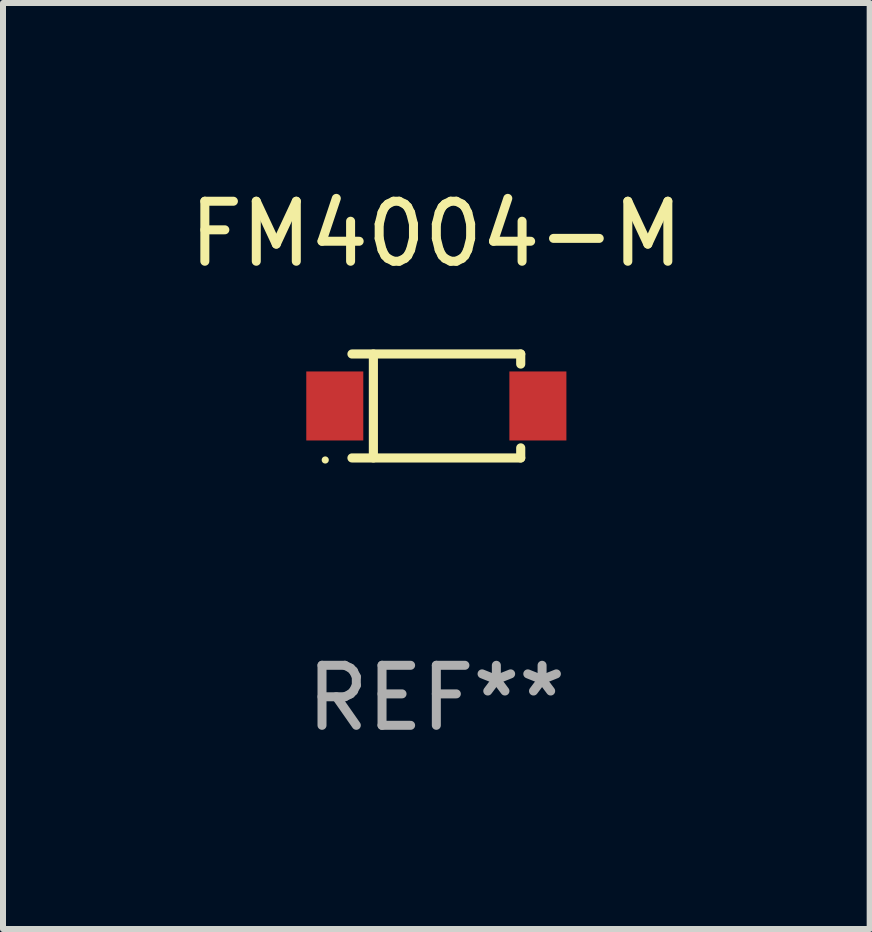
<source format=kicad_pcb>
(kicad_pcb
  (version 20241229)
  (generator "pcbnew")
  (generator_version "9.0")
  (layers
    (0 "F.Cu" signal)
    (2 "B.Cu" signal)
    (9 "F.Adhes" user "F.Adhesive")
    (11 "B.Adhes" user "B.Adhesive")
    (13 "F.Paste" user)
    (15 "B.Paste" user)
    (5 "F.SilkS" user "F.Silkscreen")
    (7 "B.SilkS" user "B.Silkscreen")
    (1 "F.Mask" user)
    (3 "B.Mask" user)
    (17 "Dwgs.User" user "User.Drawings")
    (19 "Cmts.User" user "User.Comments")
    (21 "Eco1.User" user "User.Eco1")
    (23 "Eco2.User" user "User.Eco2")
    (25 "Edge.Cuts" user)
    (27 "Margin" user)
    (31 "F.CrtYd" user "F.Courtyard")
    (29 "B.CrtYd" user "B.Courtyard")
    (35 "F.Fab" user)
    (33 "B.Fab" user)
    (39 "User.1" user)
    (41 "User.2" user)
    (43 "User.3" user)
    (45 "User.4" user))
  (footprint "FM4004-M"
    (layer "F.Cu")
    (at 4.22 3.714)
    (property "Reference" "FM4004-M" (at 0 -2.866 0) (layer "F.SilkS") (effects (font (size 1 1) (thickness 0.15))))
    (attr through_hole)
    (fp_line (start -1.406 -0.866) (end 1.406 -0.866) (stroke (width 0.152) (type solid)) (layer "F.SilkS"))
    (fp_line (start -1.406 0.866) (end 1.406 0.866) (stroke (width 0.152) (type solid)) (layer "F.SilkS"))
    (fp_line (start -1.049 -0.866) (end -1.049 0.866) (stroke (width 0.152) (type solid)) (layer "F.SilkS"))
    (fp_line (start 1.406 -0.866) (end 1.406 -0.698) (stroke (width 0.152) (type solid)) (layer "F.SilkS"))
    (fp_line (start 1.406 0.866) (end 1.406 0.698) (stroke (width 0.152) (type solid)) (layer "F.SilkS"))
    (fp_circle (center -1.851 0.9) (end -1.821 0.9) (stroke (width 0.06) (type solid)) (fill no) (layer "F.SilkS"))
    (fp_text user "REF**" (at 0 4.866 0) (layer "F.Fab") (effects (font (size 1 1) (thickness 0.15))))
    (pad "1" smd rect (at -1.692 0) (size 0.95 1.15) (layers "F.Cu" "F.Mask" "F.Paste"))
    (pad "2" smd rect (at 1.692 0) (size 0.95 1.15) (layers "F.Cu" "F.Mask" "F.Paste")))
  (gr_rect
    (start -3 -3)
    (end 11.44 12.429)
    (stroke (width 0.1) (type default))
    (fill no)
    (layer "Edge.Cuts")))
</source>
